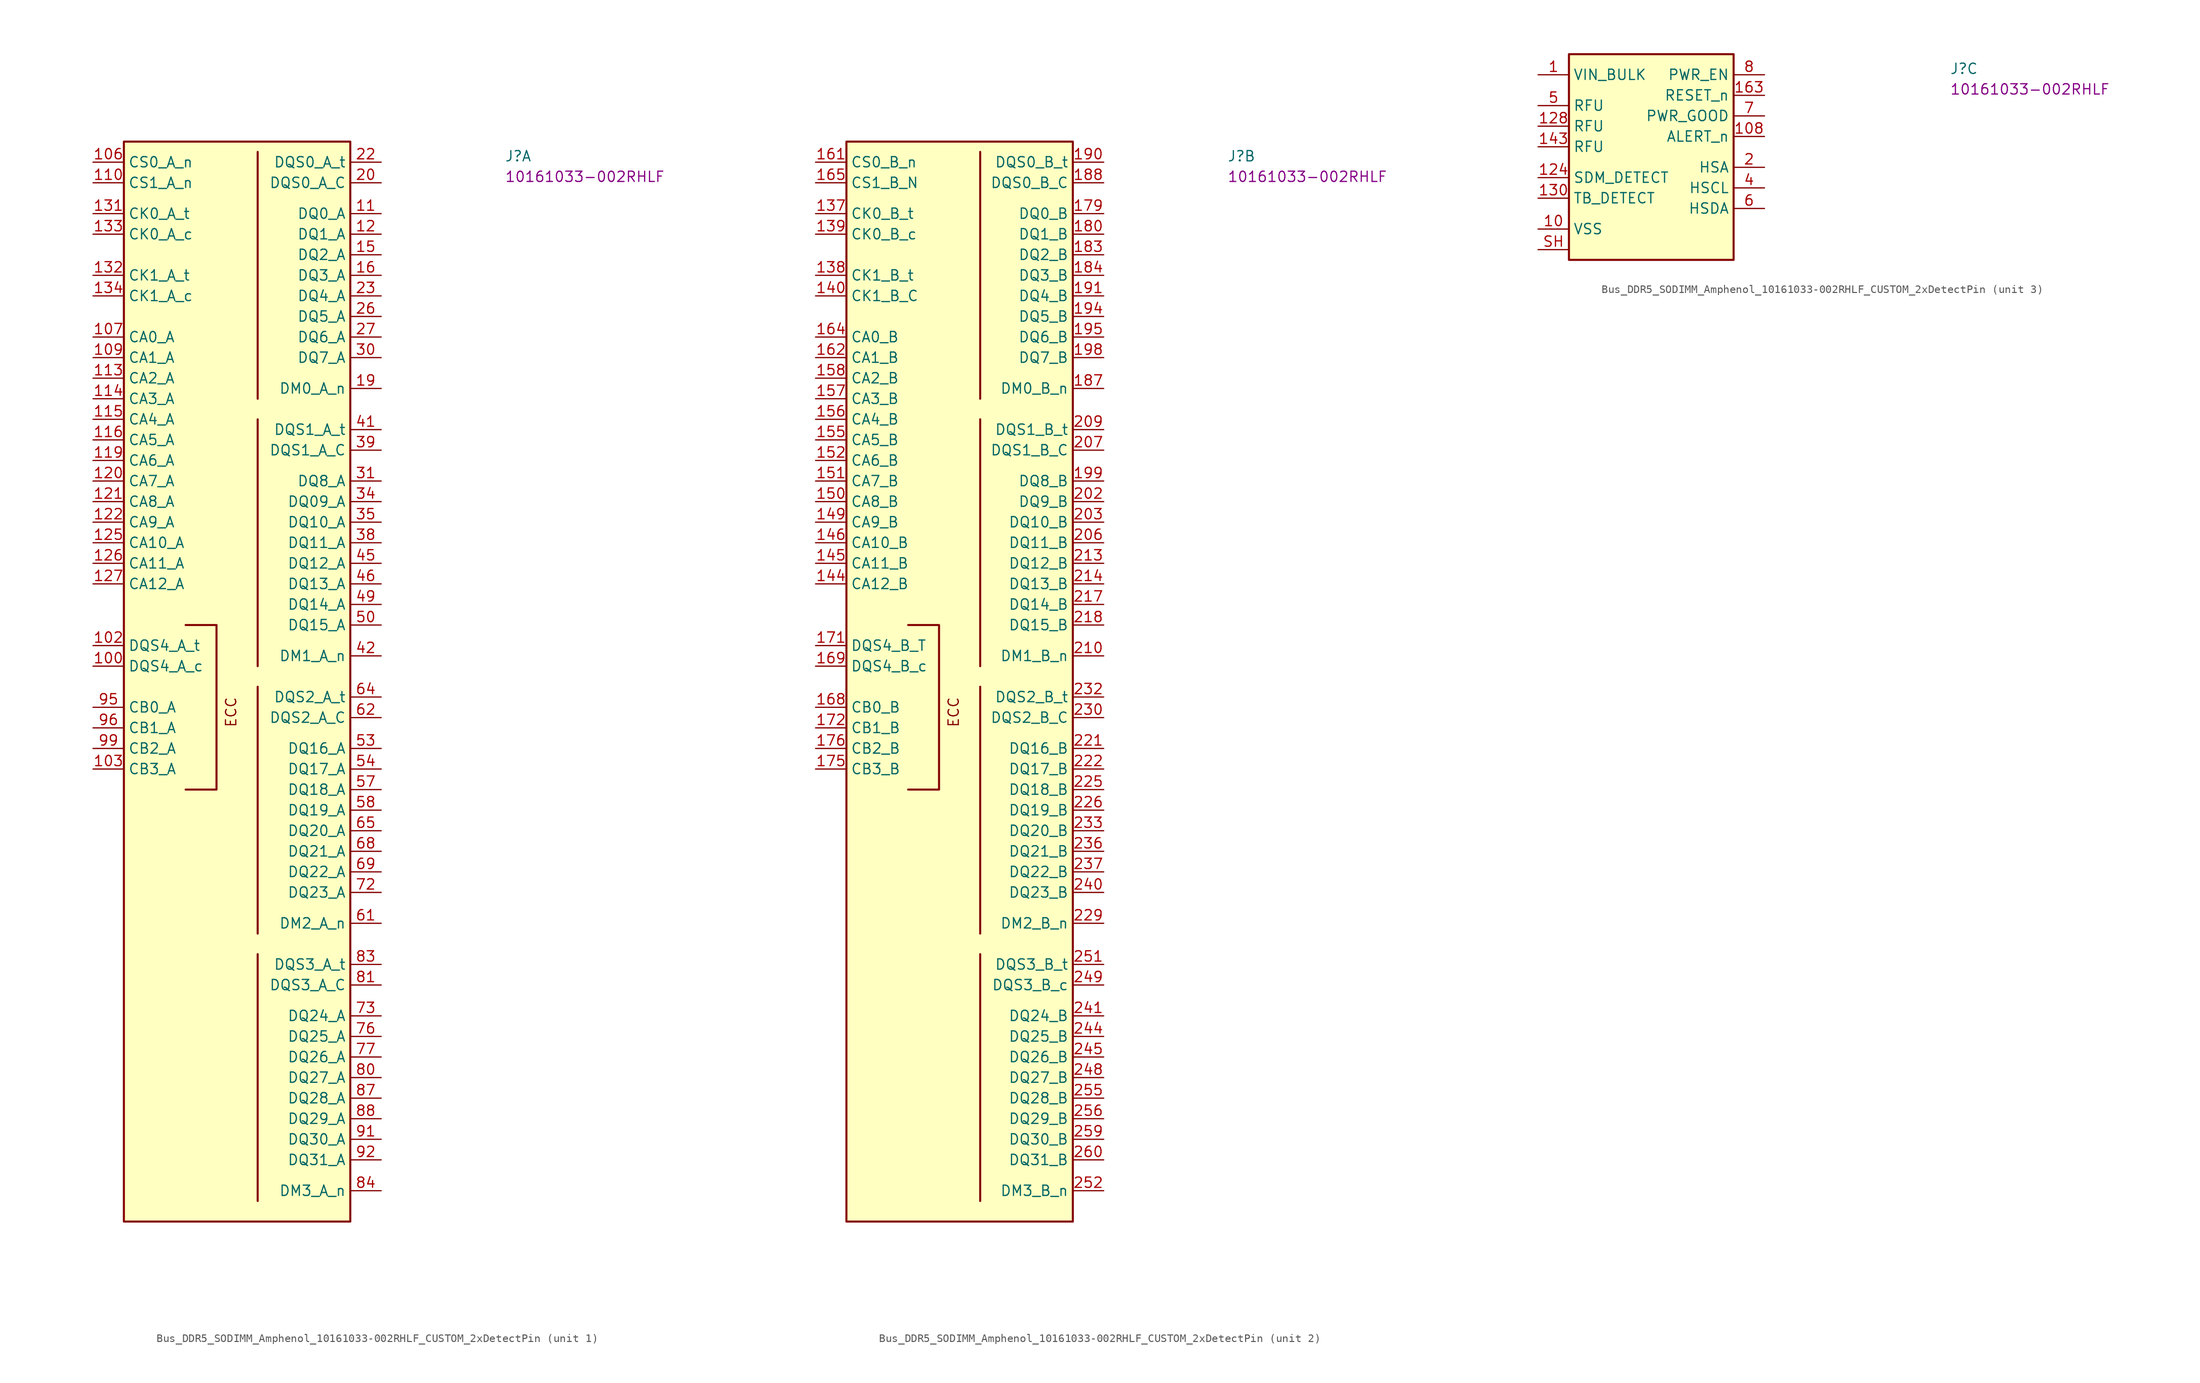
<source format=kicad_sym>
(kicad_symbol_lib
  (version 20220914)
  (generator kicad_symbol_editor)
  (symbol "Bus_DDR5_SODIMM_Amphenol_10161033-002RHLF_CUSTOM_2xDetectPin"
    (property "Reference" "J"
      (at 50.8 0 0)
      (effects (font (size 1.27 1.27) (thickness 0.15)) (justify left bottom)))
    (property "MPN" "10161033-002RHLF"
      (at 50.8 -2.54 0)
      (effects (font (size 1.27 1.27) (thickness 0.15)) (justify left bottom)))
    (property "ki_locked" ""
      (at 0 0 0)
      (effects (font (size 1.27 1.27))))
    (symbol "Bus_DDR5_SODIMM_Amphenol_10161033-002RHLF_CUSTOM_2xDetectPin_1_1"
      (polyline (pts (xy 20.32 -97.79) (xy 20.32 -128.27)) (stroke (width 0.254) (type default)) (fill (type background)))
      (polyline (pts (xy 20.32 -64.77) (xy 20.32 -95.25)) (stroke (width 0.254) (type default)) (fill (type background)))
      (polyline (pts (xy 20.32 -31.75) (xy 20.32 -62.23)) (stroke (width 0.254) (type default)) (fill (type background)))
      (polyline (pts (xy 20.32 1.27) (xy 20.32 -29.21)) (stroke (width 0.254) (type default)) (fill (type background)))
      (polyline (pts (xy 11.43 -57.15) (xy 15.24 -57.15) (xy 15.24 -77.47) (xy 11.43 -77.47)) (stroke (width 0.254) (type default)) (fill (type background)))
      (rectangle (start 3.81 2.54) (end 31.75 -130.81) (stroke (width 0.254) (type default)) (fill (type background)))
      (text "ECC" (at 17.78 -69.85 900) (effects (font (size 1.27 1.27) (thickness 0.15)) (justify left bottom)))
      (pin passive line (at 0 -62.23 0) (length 3.81) (name "DQS4_A_c" (effects (font (size 1.27 1.27)))) (number "100" (effects (font (size 1.27 1.27)))))
      (pin passive line (at 0 -59.69 0) (length 3.81) (name "DQS4_A_t" (effects (font (size 1.27 1.27)))) (number "102" (effects (font (size 1.27 1.27)))))
      (pin passive line (at 0 -74.93 0) (length 3.81) (name "CB3_A" (effects (font (size 1.27 1.27)))) (number "103" (effects (font (size 1.27 1.27)))))
      (pin passive line (at 0 0 0) (length 3.81) (name "CS0_A_n" (effects (font (size 1.27 1.27)))) (number "106" (effects (font (size 1.27 1.27)))))
      (pin passive line (at 0 -21.59 0) (length 3.81) (name "CA0_A" (effects (font (size 1.27 1.27)))) (number "107" (effects (font (size 1.27 1.27)))))
      (pin passive line (at 0 -24.13 0) (length 3.81) (name "CA1_A" (effects (font (size 1.27 1.27)))) (number "109" (effects (font (size 1.27 1.27)))))
      (pin passive line (at 35.56 -6.35 180) (length 3.81) (name "DQ0_A" (effects (font (size 1.27 1.27)))) (number "11" (effects (font (size 1.27 1.27)))))
      (pin passive line (at 0 -2.54 0) (length 3.81) (name "CS1_A_n" (effects (font (size 1.27 1.27)))) (number "110" (effects (font (size 1.27 1.27)))))
      (pin passive line (at 0 -26.67 0) (length 3.81) (name "CA2_A" (effects (font (size 1.27 1.27)))) (number "113" (effects (font (size 1.27 1.27)))))
      (pin passive line (at 0 -29.21 0) (length 3.81) (name "CA3_A" (effects (font (size 1.27 1.27)))) (number "114" (effects (font (size 1.27 1.27)))))
      (pin passive line (at 0 -31.75 0) (length 3.81) (name "CA4_A" (effects (font (size 1.27 1.27)))) (number "115" (effects (font (size 1.27 1.27)))))
      (pin passive line (at 0 -34.29 0) (length 3.81) (name "CA5_A" (effects (font (size 1.27 1.27)))) (number "116" (effects (font (size 1.27 1.27)))))
      (pin passive line (at 0 -36.83 0) (length 3.81) (name "CA6_A" (effects (font (size 1.27 1.27)))) (number "119" (effects (font (size 1.27 1.27)))))
      (pin passive line (at 35.56 -8.89 180) (length 3.81) (name "DQ1_A" (effects (font (size 1.27 1.27)))) (number "12" (effects (font (size 1.27 1.27)))))
      (pin passive line (at 0 -39.37 0) (length 3.81) (name "CA7_A" (effects (font (size 1.27 1.27)))) (number "120" (effects (font (size 1.27 1.27)))))
      (pin passive line (at 0 -41.91 0) (length 3.81) (name "CA8_A" (effects (font (size 1.27 1.27)))) (number "121" (effects (font (size 1.27 1.27)))))
      (pin passive line (at 0 -44.45 0) (length 3.81) (name "CA9_A" (effects (font (size 1.27 1.27)))) (number "122" (effects (font (size 1.27 1.27)))))
      (pin passive line (at 0 -46.99 0) (length 3.81) (name "CA10_A" (effects (font (size 1.27 1.27)))) (number "125" (effects (font (size 1.27 1.27)))))
      (pin passive line (at 0 -49.53 0) (length 3.81) (name "CA11_A" (effects (font (size 1.27 1.27)))) (number "126" (effects (font (size 1.27 1.27)))))
      (pin passive line (at 0 -52.07 0) (length 3.81) (name "CA12_A" (effects (font (size 1.27 1.27)))) (number "127" (effects (font (size 1.27 1.27)))))
      (pin passive line (at 0 -6.35 0) (length 3.81) (name "CK0_A_t" (effects (font (size 1.27 1.27)))) (number "131" (effects (font (size 1.27 1.27)))))
      (pin passive line (at 0 -13.97 0) (length 3.81) (name "CK1_A_t" (effects (font (size 1.27 1.27)))) (number "132" (effects (font (size 1.27 1.27)))))
      (pin passive line (at 0 -8.89 0) (length 3.81) (name "CK0_A_c" (effects (font (size 1.27 1.27)))) (number "133" (effects (font (size 1.27 1.27)))))
      (pin passive line (at 0 -16.51 0) (length 3.81) (name "CK1_A_c" (effects (font (size 1.27 1.27)))) (number "134" (effects (font (size 1.27 1.27)))))
      (pin passive line (at 35.56 -11.43 180) (length 3.81) (name "DQ2_A" (effects (font (size 1.27 1.27)))) (number "15" (effects (font (size 1.27 1.27)))))
      (pin passive line (at 35.56 -13.97 180) (length 3.81) (name "DQ3_A" (effects (font (size 1.27 1.27)))) (number "16" (effects (font (size 1.27 1.27)))))
      (pin passive line (at 35.56 -27.94 180) (length 3.81) (name "DM0_A_n" (effects (font (size 1.27 1.27)))) (number "19" (effects (font (size 1.27 1.27)))))
      (pin passive line (at 35.56 -2.54 180) (length 3.81) (name "DQS0_A_C" (effects (font (size 1.27 1.27)))) (number "20" (effects (font (size 1.27 1.27)))))
      (pin passive line (at 35.56 0 180) (length 3.81) (name "DQS0_A_t" (effects (font (size 1.27 1.27)))) (number "22" (effects (font (size 1.27 1.27)))))
      (pin passive line (at 35.56 -16.51 180) (length 3.81) (name "DQ4_A" (effects (font (size 1.27 1.27)))) (number "23" (effects (font (size 1.27 1.27)))))
      (pin passive line (at 35.56 -19.05 180) (length 3.81) (name "DQ5_A" (effects (font (size 1.27 1.27)))) (number "26" (effects (font (size 1.27 1.27)))))
      (pin passive line (at 35.56 -21.59 180) (length 3.81) (name "DQ6_A" (effects (font (size 1.27 1.27)))) (number "27" (effects (font (size 1.27 1.27)))))
      (pin passive line (at 35.56 -24.13 180) (length 3.81) (name "DQ7_A" (effects (font (size 1.27 1.27)))) (number "30" (effects (font (size 1.27 1.27)))))
      (pin passive line (at 35.56 -39.37 180) (length 3.81) (name "DQ8_A" (effects (font (size 1.27 1.27)))) (number "31" (effects (font (size 1.27 1.27)))))
      (pin passive line (at 35.56 -41.91 180) (length 3.81) (name "DQ09_A" (effects (font (size 1.27 1.27)))) (number "34" (effects (font (size 1.27 1.27)))))
      (pin passive line (at 35.56 -44.45 180) (length 3.81) (name "DQ10_A" (effects (font (size 1.27 1.27)))) (number "35" (effects (font (size 1.27 1.27)))))
      (pin passive line (at 35.56 -46.99 180) (length 3.81) (name "DQ11_A" (effects (font (size 1.27 1.27)))) (number "38" (effects (font (size 1.27 1.27)))))
      (pin passive line (at 35.56 -35.56 180) (length 3.81) (name "DQS1_A_C" (effects (font (size 1.27 1.27)))) (number "39" (effects (font (size 1.27 1.27)))))
      (pin passive line (at 35.56 -33.02 180) (length 3.81) (name "DQS1_A_t" (effects (font (size 1.27 1.27)))) (number "41" (effects (font (size 1.27 1.27)))))
      (pin passive line (at 35.56 -60.96 180) (length 3.81) (name "DM1_A_n" (effects (font (size 1.27 1.27)))) (number "42" (effects (font (size 1.27 1.27)))))
      (pin passive line (at 35.56 -49.53 180) (length 3.81) (name "DQ12_A" (effects (font (size 1.27 1.27)))) (number "45" (effects (font (size 1.27 1.27)))))
      (pin passive line (at 35.56 -52.07 180) (length 3.81) (name "DQ13_A" (effects (font (size 1.27 1.27)))) (number "46" (effects (font (size 1.27 1.27)))))
      (pin passive line (at 35.56 -54.61 180) (length 3.81) (name "DQ14_A" (effects (font (size 1.27 1.27)))) (number "49" (effects (font (size 1.27 1.27)))))
      (pin passive line (at 35.56 -57.15 180) (length 3.81) (name "DQ15_A" (effects (font (size 1.27 1.27)))) (number "50" (effects (font (size 1.27 1.27)))))
      (pin passive line (at 35.56 -72.39 180) (length 3.81) (name "DQ16_A" (effects (font (size 1.27 1.27)))) (number "53" (effects (font (size 1.27 1.27)))))
      (pin passive line (at 35.56 -74.93 180) (length 3.81) (name "DQ17_A" (effects (font (size 1.27 1.27)))) (number "54" (effects (font (size 1.27 1.27)))))
      (pin passive line (at 35.56 -77.47 180) (length 3.81) (name "DQ18_A" (effects (font (size 1.27 1.27)))) (number "57" (effects (font (size 1.27 1.27)))))
      (pin passive line (at 35.56 -80.01 180) (length 3.81) (name "DQ19_A" (effects (font (size 1.27 1.27)))) (number "58" (effects (font (size 1.27 1.27)))))
      (pin passive line (at 35.56 -93.98 180) (length 3.81) (name "DM2_A_n" (effects (font (size 1.27 1.27)))) (number "61" (effects (font (size 1.27 1.27)))))
      (pin passive line (at 35.56 -68.58 180) (length 3.81) (name "DQS2_A_C" (effects (font (size 1.27 1.27)))) (number "62" (effects (font (size 1.27 1.27)))))
      (pin passive line (at 35.56 -66.04 180) (length 3.81) (name "DQS2_A_t" (effects (font (size 1.27 1.27)))) (number "64" (effects (font (size 1.27 1.27)))))
      (pin passive line (at 35.56 -82.55 180) (length 3.81) (name "DQ20_A" (effects (font (size 1.27 1.27)))) (number "65" (effects (font (size 1.27 1.27)))))
      (pin passive line (at 35.56 -85.09 180) (length 3.81) (name "DQ21_A" (effects (font (size 1.27 1.27)))) (number "68" (effects (font (size 1.27 1.27)))))
      (pin passive line (at 35.56 -87.63 180) (length 3.81) (name "DQ22_A" (effects (font (size 1.27 1.27)))) (number "69" (effects (font (size 1.27 1.27)))))
      (pin passive line (at 35.56 -90.17 180) (length 3.81) (name "DQ23_A" (effects (font (size 1.27 1.27)))) (number "72" (effects (font (size 1.27 1.27)))))
      (pin passive line (at 35.56 -105.41 180) (length 3.81) (name "DQ24_A" (effects (font (size 1.27 1.27)))) (number "73" (effects (font (size 1.27 1.27)))))
      (pin passive line (at 35.56 -107.95 180) (length 3.81) (name "DQ25_A" (effects (font (size 1.27 1.27)))) (number "76" (effects (font (size 1.27 1.27)))))
      (pin passive line (at 35.56 -110.49 180) (length 3.81) (name "DQ26_A" (effects (font (size 1.27 1.27)))) (number "77" (effects (font (size 1.27 1.27)))))
      (pin passive line (at 35.56 -113.03 180) (length 3.81) (name "DQ27_A" (effects (font (size 1.27 1.27)))) (number "80" (effects (font (size 1.27 1.27)))))
      (pin passive line (at 35.56 -101.6 180) (length 3.81) (name "DQS3_A_C" (effects (font (size 1.27 1.27)))) (number "81" (effects (font (size 1.27 1.27)))))
      (pin passive line (at 35.56 -99.06 180) (length 3.81) (name "DQS3_A_t" (effects (font (size 1.27 1.27)))) (number "83" (effects (font (size 1.27 1.27)))))
      (pin passive line (at 35.56 -127 180) (length 3.81) (name "DM3_A_n" (effects (font (size 1.27 1.27)))) (number "84" (effects (font (size 1.27 1.27)))))
      (pin passive line (at 35.56 -115.57 180) (length 3.81) (name "DQ28_A" (effects (font (size 1.27 1.27)))) (number "87" (effects (font (size 1.27 1.27)))))
      (pin passive line (at 35.56 -118.11 180) (length 3.81) (name "DQ29_A" (effects (font (size 1.27 1.27)))) (number "88" (effects (font (size 1.27 1.27)))))
      (pin passive line (at 35.56 -120.65 180) (length 3.81) (name "DQ30_A" (effects (font (size 1.27 1.27)))) (number "91" (effects (font (size 1.27 1.27)))))
      (pin passive line (at 35.56 -123.19 180) (length 3.81) (name "DQ31_A" (effects (font (size 1.27 1.27)))) (number "92" (effects (font (size 1.27 1.27)))))
      (pin passive line (at 0 -67.31 0) (length 3.81) (name "CB0_A" (effects (font (size 1.27 1.27)))) (number "95" (effects (font (size 1.27 1.27)))))
      (pin passive line (at 0 -69.85 0) (length 3.81) (name "CB1_A" (effects (font (size 1.27 1.27)))) (number "96" (effects (font (size 1.27 1.27)))))
      (pin passive line (at 0 -72.39 0) (length 3.81) (name "CB2_A" (effects (font (size 1.27 1.27)))) (number "99" (effects (font (size 1.27 1.27))))))
    (symbol "Bus_DDR5_SODIMM_Amphenol_10161033-002RHLF_CUSTOM_2xDetectPin_2_1"
      (polyline (pts (xy 20.32 -97.79) (xy 20.32 -128.27)) (stroke (width 0.254) (type default)) (fill (type background)))
      (polyline (pts (xy 20.32 -64.77) (xy 20.32 -95.25)) (stroke (width 0.254) (type default)) (fill (type background)))
      (polyline (pts (xy 20.32 -31.75) (xy 20.32 -62.23)) (stroke (width 0.254) (type default)) (fill (type background)))
      (polyline (pts (xy 20.32 1.27) (xy 20.32 -29.21)) (stroke (width 0.254) (type default)) (fill (type background)))
      (polyline (pts (xy 11.43 -57.15) (xy 15.24 -57.15) (xy 15.24 -77.47) (xy 11.43 -77.47)) (stroke (width 0.254) (type default)) (fill (type background)))
      (rectangle (start 3.81 2.54) (end 31.75 -130.81) (stroke (width 0.254) (type default)) (fill (type background)))
      (text "ECC" (at 17.78 -69.85 900) (effects (font (size 1.27 1.27) (thickness 0.15)) (justify left bottom)))
      (pin passive line (at 0 -6.35 0) (length 3.81) (name "CK0_B_t" (effects (font (size 1.27 1.27)))) (number "137" (effects (font (size 1.27 1.27)))))
      (pin passive line (at 0 -13.97 0) (length 3.81) (name "CK1_B_t" (effects (font (size 1.27 1.27)))) (number "138" (effects (font (size 1.27 1.27)))))
      (pin passive line (at 0 -8.89 0) (length 3.81) (name "CK0_B_c" (effects (font (size 1.27 1.27)))) (number "139" (effects (font (size 1.27 1.27)))))
      (pin passive line (at 0 -16.51 0) (length 3.81) (name "CK1_B_C" (effects (font (size 1.27 1.27)))) (number "140" (effects (font (size 1.27 1.27)))))
      (pin passive line (at 0 -52.07 0) (length 3.81) (name "CA12_B" (effects (font (size 1.27 1.27)))) (number "144" (effects (font (size 1.27 1.27)))))
      (pin passive line (at 0 -49.53 0) (length 3.81) (name "CA11_B" (effects (font (size 1.27 1.27)))) (number "145" (effects (font (size 1.27 1.27)))))
      (pin passive line (at 0 -46.99 0) (length 3.81) (name "CA10_B" (effects (font (size 1.27 1.27)))) (number "146" (effects (font (size 1.27 1.27)))))
      (pin passive line (at 0 -44.45 0) (length 3.81) (name "CA9_B" (effects (font (size 1.27 1.27)))) (number "149" (effects (font (size 1.27 1.27)))))
      (pin passive line (at 0 -41.91 0) (length 3.81) (name "CA8_B" (effects (font (size 1.27 1.27)))) (number "150" (effects (font (size 1.27 1.27)))))
      (pin passive line (at 0 -39.37 0) (length 3.81) (name "CA7_B" (effects (font (size 1.27 1.27)))) (number "151" (effects (font (size 1.27 1.27)))))
      (pin passive line (at 0 -36.83 0) (length 3.81) (name "CA6_B" (effects (font (size 1.27 1.27)))) (number "152" (effects (font (size 1.27 1.27)))))
      (pin passive line (at 0 -34.29 0) (length 3.81) (name "CA5_B" (effects (font (size 1.27 1.27)))) (number "155" (effects (font (size 1.27 1.27)))))
      (pin passive line (at 0 -31.75 0) (length 3.81) (name "CA4_B" (effects (font (size 1.27 1.27)))) (number "156" (effects (font (size 1.27 1.27)))))
      (pin passive line (at 0 -29.21 0) (length 3.81) (name "CA3_B" (effects (font (size 1.27 1.27)))) (number "157" (effects (font (size 1.27 1.27)))))
      (pin passive line (at 0 -26.67 0) (length 3.81) (name "CA2_B" (effects (font (size 1.27 1.27)))) (number "158" (effects (font (size 1.27 1.27)))))
      (pin passive line (at 0 0 0) (length 3.81) (name "CS0_B_n" (effects (font (size 1.27 1.27)))) (number "161" (effects (font (size 1.27 1.27)))))
      (pin passive line (at 0 -24.13 0) (length 3.81) (name "CA1_B" (effects (font (size 1.27 1.27)))) (number "162" (effects (font (size 1.27 1.27)))))
      (pin passive line (at 0 -21.59 0) (length 3.81) (name "CA0_B" (effects (font (size 1.27 1.27)))) (number "164" (effects (font (size 1.27 1.27)))))
      (pin passive line (at 0 -2.54 0) (length 3.81) (name "CS1_B_N" (effects (font (size 1.27 1.27)))) (number "165" (effects (font (size 1.27 1.27)))))
      (pin passive line (at 0 -67.31 0) (length 3.81) (name "CB0_B" (effects (font (size 1.27 1.27)))) (number "168" (effects (font (size 1.27 1.27)))))
      (pin passive line (at 0 -62.23 0) (length 3.81) (name "DQS4_B_c" (effects (font (size 1.27 1.27)))) (number "169" (effects (font (size 1.27 1.27)))))
      (pin passive line (at 0 -59.69 0) (length 3.81) (name "DQS4_B_T" (effects (font (size 1.27 1.27)))) (number "171" (effects (font (size 1.27 1.27)))))
      (pin passive line (at 0 -69.85 0) (length 3.81) (name "CB1_B" (effects (font (size 1.27 1.27)))) (number "172" (effects (font (size 1.27 1.27)))))
      (pin passive line (at 0 -74.93 0) (length 3.81) (name "CB3_B" (effects (font (size 1.27 1.27)))) (number "175" (effects (font (size 1.27 1.27)))))
      (pin passive line (at 0 -72.39 0) (length 3.81) (name "CB2_B" (effects (font (size 1.27 1.27)))) (number "176" (effects (font (size 1.27 1.27)))))
      (pin passive line (at 35.56 -6.35 180) (length 3.81) (name "DQ0_B" (effects (font (size 1.27 1.27)))) (number "179" (effects (font (size 1.27 1.27)))))
      (pin passive line (at 35.56 -8.89 180) (length 3.81) (name "DQ1_B" (effects (font (size 1.27 1.27)))) (number "180" (effects (font (size 1.27 1.27)))))
      (pin passive line (at 35.56 -11.43 180) (length 3.81) (name "DQ2_B" (effects (font (size 1.27 1.27)))) (number "183" (effects (font (size 1.27 1.27)))))
      (pin passive line (at 35.56 -13.97 180) (length 3.81) (name "DQ3_B" (effects (font (size 1.27 1.27)))) (number "184" (effects (font (size 1.27 1.27)))))
      (pin passive line (at 35.56 -27.94 180) (length 3.81) (name "DM0_B_n" (effects (font (size 1.27 1.27)))) (number "187" (effects (font (size 1.27 1.27)))))
      (pin passive line (at 35.56 -2.54 180) (length 3.81) (name "DQS0_B_C" (effects (font (size 1.27 1.27)))) (number "188" (effects (font (size 1.27 1.27)))))
      (pin passive line (at 35.56 0 180) (length 3.81) (name "DQS0_B_t" (effects (font (size 1.27 1.27)))) (number "190" (effects (font (size 1.27 1.27)))))
      (pin passive line (at 35.56 -16.51 180) (length 3.81) (name "DQ4_B" (effects (font (size 1.27 1.27)))) (number "191" (effects (font (size 1.27 1.27)))))
      (pin passive line (at 35.56 -19.05 180) (length 3.81) (name "DQ5_B" (effects (font (size 1.27 1.27)))) (number "194" (effects (font (size 1.27 1.27)))))
      (pin passive line (at 35.56 -21.59 180) (length 3.81) (name "DQ6_B" (effects (font (size 1.27 1.27)))) (number "195" (effects (font (size 1.27 1.27)))))
      (pin passive line (at 35.56 -24.13 180) (length 3.81) (name "DQ7_B" (effects (font (size 1.27 1.27)))) (number "198" (effects (font (size 1.27 1.27)))))
      (pin passive line (at 35.56 -39.37 180) (length 3.81) (name "DQ8_B" (effects (font (size 1.27 1.27)))) (number "199" (effects (font (size 1.27 1.27)))))
      (pin passive line (at 35.56 -41.91 180) (length 3.81) (name "DQ9_B" (effects (font (size 1.27 1.27)))) (number "202" (effects (font (size 1.27 1.27)))))
      (pin passive line (at 35.56 -44.45 180) (length 3.81) (name "DQ10_B" (effects (font (size 1.27 1.27)))) (number "203" (effects (font (size 1.27 1.27)))))
      (pin passive line (at 35.56 -46.99 180) (length 3.81) (name "DQ11_B" (effects (font (size 1.27 1.27)))) (number "206" (effects (font (size 1.27 1.27)))))
      (pin passive line (at 35.56 -35.56 180) (length 3.81) (name "DQS1_B_C" (effects (font (size 1.27 1.27)))) (number "207" (effects (font (size 1.27 1.27)))))
      (pin passive line (at 35.56 -33.02 180) (length 3.81) (name "DQS1_B_t" (effects (font (size 1.27 1.27)))) (number "209" (effects (font (size 1.27 1.27)))))
      (pin passive line (at 35.56 -60.96 180) (length 3.81) (name "DM1_B_n" (effects (font (size 1.27 1.27)))) (number "210" (effects (font (size 1.27 1.27)))))
      (pin passive line (at 35.56 -49.53 180) (length 3.81) (name "DQ12_B" (effects (font (size 1.27 1.27)))) (number "213" (effects (font (size 1.27 1.27)))))
      (pin passive line (at 35.56 -52.07 180) (length 3.81) (name "DQ13_B" (effects (font (size 1.27 1.27)))) (number "214" (effects (font (size 1.27 1.27)))))
      (pin passive line (at 35.56 -54.61 180) (length 3.81) (name "DQ14_B" (effects (font (size 1.27 1.27)))) (number "217" (effects (font (size 1.27 1.27)))))
      (pin passive line (at 35.56 -57.15 180) (length 3.81) (name "DQ15_B" (effects (font (size 1.27 1.27)))) (number "218" (effects (font (size 1.27 1.27)))))
      (pin passive line (at 35.56 -72.39 180) (length 3.81) (name "DQ16_B" (effects (font (size 1.27 1.27)))) (number "221" (effects (font (size 1.27 1.27)))))
      (pin passive line (at 35.56 -74.93 180) (length 3.81) (name "DQ17_B" (effects (font (size 1.27 1.27)))) (number "222" (effects (font (size 1.27 1.27)))))
      (pin passive line (at 35.56 -77.47 180) (length 3.81) (name "DQ18_B" (effects (font (size 1.27 1.27)))) (number "225" (effects (font (size 1.27 1.27)))))
      (pin passive line (at 35.56 -80.01 180) (length 3.81) (name "DQ19_B" (effects (font (size 1.27 1.27)))) (number "226" (effects (font (size 1.27 1.27)))))
      (pin passive line (at 35.56 -93.98 180) (length 3.81) (name "DM2_B_n" (effects (font (size 1.27 1.27)))) (number "229" (effects (font (size 1.27 1.27)))))
      (pin passive line (at 35.56 -68.58 180) (length 3.81) (name "DQS2_B_C" (effects (font (size 1.27 1.27)))) (number "230" (effects (font (size 1.27 1.27)))))
      (pin passive line (at 35.56 -66.04 180) (length 3.81) (name "DQS2_B_t" (effects (font (size 1.27 1.27)))) (number "232" (effects (font (size 1.27 1.27)))))
      (pin passive line (at 35.56 -82.55 180) (length 3.81) (name "DQ20_B" (effects (font (size 1.27 1.27)))) (number "233" (effects (font (size 1.27 1.27)))))
      (pin passive line (at 35.56 -85.09 180) (length 3.81) (name "DQ21_B" (effects (font (size 1.27 1.27)))) (number "236" (effects (font (size 1.27 1.27)))))
      (pin passive line (at 35.56 -87.63 180) (length 3.81) (name "DQ22_B" (effects (font (size 1.27 1.27)))) (number "237" (effects (font (size 1.27 1.27)))))
      (pin passive line (at 35.56 -90.17 180) (length 3.81) (name "DQ23_B" (effects (font (size 1.27 1.27)))) (number "240" (effects (font (size 1.27 1.27)))))
      (pin passive line (at 35.56 -105.41 180) (length 3.81) (name "DQ24_B" (effects (font (size 1.27 1.27)))) (number "241" (effects (font (size 1.27 1.27)))))
      (pin passive line (at 35.56 -107.95 180) (length 3.81) (name "DQ25_B" (effects (font (size 1.27 1.27)))) (number "244" (effects (font (size 1.27 1.27)))))
      (pin passive line (at 35.56 -110.49 180) (length 3.81) (name "DQ26_B" (effects (font (size 1.27 1.27)))) (number "245" (effects (font (size 1.27 1.27)))))
      (pin passive line (at 35.56 -113.03 180) (length 3.81) (name "DQ27_B" (effects (font (size 1.27 1.27)))) (number "248" (effects (font (size 1.27 1.27)))))
      (pin passive line (at 35.56 -101.6 180) (length 3.81) (name "DQS3_B_c" (effects (font (size 1.27 1.27)))) (number "249" (effects (font (size 1.27 1.27)))))
      (pin passive line (at 35.56 -99.06 180) (length 3.81) (name "DQS3_B_t" (effects (font (size 1.27 1.27)))) (number "251" (effects (font (size 1.27 1.27)))))
      (pin passive line (at 35.56 -127 180) (length 3.81) (name "DM3_B_n" (effects (font (size 1.27 1.27)))) (number "252" (effects (font (size 1.27 1.27)))))
      (pin passive line (at 35.56 -115.57 180) (length 3.81) (name "DQ28_B" (effects (font (size 1.27 1.27)))) (number "255" (effects (font (size 1.27 1.27)))))
      (pin passive line (at 35.56 -118.11 180) (length 3.81) (name "DQ29_B" (effects (font (size 1.27 1.27)))) (number "256" (effects (font (size 1.27 1.27)))))
      (pin passive line (at 35.56 -120.65 180) (length 3.81) (name "DQ30_B" (effects (font (size 1.27 1.27)))) (number "259" (effects (font (size 1.27 1.27)))))
      (pin passive line (at 35.56 -123.19 180) (length 3.81) (name "DQ31_B" (effects (font (size 1.27 1.27)))) (number "260" (effects (font (size 1.27 1.27))))))
    (symbol "Bus_DDR5_SODIMM_Amphenol_10161033-002RHLF_CUSTOM_2xDetectPin_3_1"
      (rectangle (start 3.81 2.54) (end 24.13 -22.86) (stroke (width 0.254) (type default)) (fill (type background)))
      (pin passive line (at 0 0 0) (length 3.81) (name "VIN_BULK" (effects (font (size 1.27 1.27)))) (number "1" (effects (font (size 1.27 1.27)))))
      (pin passive line (at 0 -19.05 0) (length 3.81) (name "VSS" (effects (font (size 1.27 1.27)))) (number "10" (effects (font (size 1.27 1.27)))))
      (pin passive line (at 0 -19.05 0) (length 3.81) hide (name "VSS" (effects (font (size 1.27 1.27)))) (number "101" (effects (font (size 1.27 1.27)))))
      (pin passive line (at 0 -19.05 0) (length 3.81) hide (name "VSS" (effects (font (size 1.27 1.27)))) (number "104" (effects (font (size 1.27 1.27)))))
      (pin passive line (at 0 -19.05 0) (length 3.81) hide (name "VSS" (effects (font (size 1.27 1.27)))) (number "105" (effects (font (size 1.27 1.27)))))
      (pin passive line (at 27.94 -7.62 180) (length 3.81) (name "ALERT_n" (effects (font (size 1.27 1.27)))) (number "108" (effects (font (size 1.27 1.27)))))
      (pin passive line (at 0 -19.05 0) (length 3.81) hide (name "VSS" (effects (font (size 1.27 1.27)))) (number "111" (effects (font (size 1.27 1.27)))))
      (pin passive line (at 0 -19.05 0) (length 3.81) hide (name "VSS" (effects (font (size 1.27 1.27)))) (number "112" (effects (font (size 1.27 1.27)))))
      (pin passive line (at 0 -19.05 0) (length 3.81) hide (name "VSS" (effects (font (size 1.27 1.27)))) (number "117" (effects (font (size 1.27 1.27)))))
      (pin passive line (at 0 -19.05 0) (length 3.81) hide (name "VSS" (effects (font (size 1.27 1.27)))) (number "118" (effects (font (size 1.27 1.27)))))
      (pin passive line (at 0 -19.05 0) (length 3.81) hide (name "VSS" (effects (font (size 1.27 1.27)))) (number "123" (effects (font (size 1.27 1.27)))))
      (pin passive line (at 0 -12.7 0) (length 3.81) (name "SDM_DETECT" (effects (font (size 1.27 1.27)))) (number "124" (effects (font (size 1.27 1.27)))))
      (pin passive line (at 0 -6.35 0) (length 3.81) (name "RFU" (effects (font (size 1.27 1.27)))) (number "128" (effects (font (size 1.27 1.27)))))
      (pin passive line (at 0 -19.05 0) (length 3.81) hide (name "VSS" (effects (font (size 1.27 1.27)))) (number "129" (effects (font (size 1.27 1.27)))))
      (pin passive line (at 0 -19.05 0) (length 3.81) hide (name "VSS" (effects (font (size 1.27 1.27)))) (number "13" (effects (font (size 1.27 1.27)))))
      (pin passive line (at 0 -15.24 0) (length 3.81) (name "TB_DETECT" (effects (font (size 1.27 1.27)))) (number "130" (effects (font (size 1.27 1.27)))))
      (pin passive line (at 0 -19.05 0) (length 3.81) hide (name "VSS" (effects (font (size 1.27 1.27)))) (number "135" (effects (font (size 1.27 1.27)))))
      (pin passive line (at 0 -19.05 0) (length 3.81) hide (name "VSS" (effects (font (size 1.27 1.27)))) (number "136" (effects (font (size 1.27 1.27)))))
      (pin passive line (at 0 -19.05 0) (length 3.81) hide (name "VSS" (effects (font (size 1.27 1.27)))) (number "14" (effects (font (size 1.27 1.27)))))
      (pin passive line (at 0 -19.05 0) (length 3.81) hide (name "VSS" (effects (font (size 1.27 1.27)))) (number "141" (effects (font (size 1.27 1.27)))))
      (pin passive line (at 0 -19.05 0) (length 3.81) hide (name "VSS" (effects (font (size 1.27 1.27)))) (number "142" (effects (font (size 1.27 1.27)))))
      (pin passive line (at 0 -8.89 0) (length 3.81) (name "RFU" (effects (font (size 1.27 1.27)))) (number "143" (effects (font (size 1.27 1.27)))))
      (pin passive line (at 0 -19.05 0) (length 3.81) hide (name "VSS" (effects (font (size 1.27 1.27)))) (number "147" (effects (font (size 1.27 1.27)))))
      (pin passive line (at 0 -19.05 0) (length 3.81) hide (name "VSS" (effects (font (size 1.27 1.27)))) (number "148" (effects (font (size 1.27 1.27)))))
      (pin passive line (at 0 -19.05 0) (length 3.81) hide (name "VSS" (effects (font (size 1.27 1.27)))) (number "153" (effects (font (size 1.27 1.27)))))
      (pin passive line (at 0 -19.05 0) (length 3.81) hide (name "VSS" (effects (font (size 1.27 1.27)))) (number "154" (effects (font (size 1.27 1.27)))))
      (pin passive line (at 0 -19.05 0) (length 3.81) hide (name "VSS" (effects (font (size 1.27 1.27)))) (number "159" (effects (font (size 1.27 1.27)))))
      (pin passive line (at 0 -19.05 0) (length 3.81) hide (name "VSS" (effects (font (size 1.27 1.27)))) (number "160" (effects (font (size 1.27 1.27)))))
      (pin passive line (at 27.94 -2.54 180) (length 3.81) (name "RESET_n" (effects (font (size 1.27 1.27)))) (number "163" (effects (font (size 1.27 1.27)))))
      (pin passive line (at 0 -19.05 0) (length 3.81) hide (name "VSS" (effects (font (size 1.27 1.27)))) (number "166" (effects (font (size 1.27 1.27)))))
      (pin passive line (at 0 -19.05 0) (length 3.81) hide (name "VSS" (effects (font (size 1.27 1.27)))) (number "167" (effects (font (size 1.27 1.27)))))
      (pin passive line (at 0 -19.05 0) (length 3.81) hide (name "VSS" (effects (font (size 1.27 1.27)))) (number "17" (effects (font (size 1.27 1.27)))))
      (pin passive line (at 0 -19.05 0) (length 3.81) hide (name "VSS" (effects (font (size 1.27 1.27)))) (number "170" (effects (font (size 1.27 1.27)))))
      (pin passive line (at 0 -19.05 0) (length 3.81) hide (name "VSS" (effects (font (size 1.27 1.27)))) (number "173" (effects (font (size 1.27 1.27)))))
      (pin passive line (at 0 -19.05 0) (length 3.81) hide (name "VSS" (effects (font (size 1.27 1.27)))) (number "174" (effects (font (size 1.27 1.27)))))
      (pin passive line (at 0 -19.05 0) (length 3.81) hide (name "VSS" (effects (font (size 1.27 1.27)))) (number "177" (effects (font (size 1.27 1.27)))))
      (pin passive line (at 0 -19.05 0) (length 3.81) hide (name "VSS" (effects (font (size 1.27 1.27)))) (number "178" (effects (font (size 1.27 1.27)))))
      (pin passive line (at 0 -19.05 0) (length 3.81) hide (name "VSS" (effects (font (size 1.27 1.27)))) (number "18" (effects (font (size 1.27 1.27)))))
      (pin passive line (at 0 -19.05 0) (length 3.81) hide (name "VSS" (effects (font (size 1.27 1.27)))) (number "181" (effects (font (size 1.27 1.27)))))
      (pin passive line (at 0 -19.05 0) (length 3.81) hide (name "VSS" (effects (font (size 1.27 1.27)))) (number "182" (effects (font (size 1.27 1.27)))))
      (pin passive line (at 0 -19.05 0) (length 3.81) hide (name "VSS" (effects (font (size 1.27 1.27)))) (number "185" (effects (font (size 1.27 1.27)))))
      (pin passive line (at 0 -19.05 0) (length 3.81) hide (name "VSS" (effects (font (size 1.27 1.27)))) (number "186" (effects (font (size 1.27 1.27)))))
      (pin passive line (at 0 -19.05 0) (length 3.81) hide (name "VSS" (effects (font (size 1.27 1.27)))) (number "189" (effects (font (size 1.27 1.27)))))
      (pin passive line (at 0 -19.05 0) (length 3.81) hide (name "VSS" (effects (font (size 1.27 1.27)))) (number "192" (effects (font (size 1.27 1.27)))))
      (pin passive line (at 0 -19.05 0) (length 3.81) hide (name "VSS" (effects (font (size 1.27 1.27)))) (number "193" (effects (font (size 1.27 1.27)))))
      (pin passive line (at 0 -19.05 0) (length 3.81) hide (name "VSS" (effects (font (size 1.27 1.27)))) (number "196" (effects (font (size 1.27 1.27)))))
      (pin passive line (at 0 -19.05 0) (length 3.81) hide (name "VSS" (effects (font (size 1.27 1.27)))) (number "197" (effects (font (size 1.27 1.27)))))
      (pin passive line (at 27.94 -11.43 180) (length 3.81) (name "HSA" (effects (font (size 1.27 1.27)))) (number "2" (effects (font (size 1.27 1.27)))))
      (pin passive line (at 0 -19.05 0) (length 3.81) hide (name "VSS" (effects (font (size 1.27 1.27)))) (number "200" (effects (font (size 1.27 1.27)))))
      (pin passive line (at 0 -19.05 0) (length 3.81) hide (name "VSS" (effects (font (size 1.27 1.27)))) (number "201" (effects (font (size 1.27 1.27)))))
      (pin passive line (at 0 -19.05 0) (length 3.81) hide (name "VSS" (effects (font (size 1.27 1.27)))) (number "204" (effects (font (size 1.27 1.27)))))
      (pin passive line (at 0 -19.05 0) (length 3.81) hide (name "VSS" (effects (font (size 1.27 1.27)))) (number "205" (effects (font (size 1.27 1.27)))))
      (pin passive line (at 0 -19.05 0) (length 3.81) hide (name "VSS" (effects (font (size 1.27 1.27)))) (number "208" (effects (font (size 1.27 1.27)))))
      (pin passive line (at 0 -19.05 0) (length 3.81) hide (name "VSS" (effects (font (size 1.27 1.27)))) (number "21" (effects (font (size 1.27 1.27)))))
      (pin passive line (at 0 -19.05 0) (length 3.81) hide (name "VSS" (effects (font (size 1.27 1.27)))) (number "211" (effects (font (size 1.27 1.27)))))
      (pin passive line (at 0 -19.05 0) (length 3.81) hide (name "VSS" (effects (font (size 1.27 1.27)))) (number "212" (effects (font (size 1.27 1.27)))))
      (pin passive line (at 0 -19.05 0) (length 3.81) hide (name "VSS" (effects (font (size 1.27 1.27)))) (number "215" (effects (font (size 1.27 1.27)))))
      (pin passive line (at 0 -19.05 0) (length 3.81) hide (name "VSS" (effects (font (size 1.27 1.27)))) (number "216" (effects (font (size 1.27 1.27)))))
      (pin passive line (at 0 -19.05 0) (length 3.81) hide (name "VSS" (effects (font (size 1.27 1.27)))) (number "219" (effects (font (size 1.27 1.27)))))
      (pin passive line (at 0 -19.05 0) (length 3.81) hide (name "VSS" (effects (font (size 1.27 1.27)))) (number "220" (effects (font (size 1.27 1.27)))))
      (pin passive line (at 0 -19.05 0) (length 3.81) hide (name "VSS" (effects (font (size 1.27 1.27)))) (number "223" (effects (font (size 1.27 1.27)))))
      (pin passive line (at 0 -19.05 0) (length 3.81) hide (name "VSS" (effects (font (size 1.27 1.27)))) (number "224" (effects (font (size 1.27 1.27)))))
      (pin passive line (at 0 -19.05 0) (length 3.81) hide (name "VSS" (effects (font (size 1.27 1.27)))) (number "227" (effects (font (size 1.27 1.27)))))
      (pin passive line (at 0 -19.05 0) (length 3.81) hide (name "VSS" (effects (font (size 1.27 1.27)))) (number "228" (effects (font (size 1.27 1.27)))))
      (pin passive line (at 0 -19.05 0) (length 3.81) hide (name "VSS" (effects (font (size 1.27 1.27)))) (number "231" (effects (font (size 1.27 1.27)))))
      (pin passive line (at 0 -19.05 0) (length 3.81) hide (name "VSS" (effects (font (size 1.27 1.27)))) (number "234" (effects (font (size 1.27 1.27)))))
      (pin passive line (at 0 -19.05 0) (length 3.81) hide (name "VSS" (effects (font (size 1.27 1.27)))) (number "235" (effects (font (size 1.27 1.27)))))
      (pin passive line (at 0 -19.05 0) (length 3.81) hide (name "VSS" (effects (font (size 1.27 1.27)))) (number "238" (effects (font (size 1.27 1.27)))))
      (pin passive line (at 0 -19.05 0) (length 3.81) hide (name "VSS" (effects (font (size 1.27 1.27)))) (number "239" (effects (font (size 1.27 1.27)))))
      (pin passive line (at 0 -19.05 0) (length 3.81) hide (name "VSS" (effects (font (size 1.27 1.27)))) (number "24" (effects (font (size 1.27 1.27)))))
      (pin passive line (at 0 -19.05 0) (length 3.81) hide (name "VSS" (effects (font (size 1.27 1.27)))) (number "242" (effects (font (size 1.27 1.27)))))
      (pin passive line (at 0 -19.05 0) (length 3.81) hide (name "VSS" (effects (font (size 1.27 1.27)))) (number "243" (effects (font (size 1.27 1.27)))))
      (pin passive line (at 0 -19.05 0) (length 3.81) hide (name "VSS" (effects (font (size 1.27 1.27)))) (number "246" (effects (font (size 1.27 1.27)))))
      (pin passive line (at 0 -19.05 0) (length 3.81) hide (name "VSS" (effects (font (size 1.27 1.27)))) (number "247" (effects (font (size 1.27 1.27)))))
      (pin passive line (at 0 -19.05 0) (length 3.81) hide (name "VSS" (effects (font (size 1.27 1.27)))) (number "25" (effects (font (size 1.27 1.27)))))
      (pin passive line (at 0 -19.05 0) (length 3.81) hide (name "VSS" (effects (font (size 1.27 1.27)))) (number "250" (effects (font (size 1.27 1.27)))))
      (pin passive line (at 0 -19.05 0) (length 3.81) hide (name "VSS" (effects (font (size 1.27 1.27)))) (number "253" (effects (font (size 1.27 1.27)))))
      (pin passive line (at 0 -19.05 0) (length 3.81) hide (name "VSS" (effects (font (size 1.27 1.27)))) (number "254" (effects (font (size 1.27 1.27)))))
      (pin passive line (at 0 -19.05 0) (length 3.81) hide (name "VSS" (effects (font (size 1.27 1.27)))) (number "257" (effects (font (size 1.27 1.27)))))
      (pin passive line (at 0 -19.05 0) (length 3.81) hide (name "VSS" (effects (font (size 1.27 1.27)))) (number "258" (effects (font (size 1.27 1.27)))))
      (pin passive line (at 0 -19.05 0) (length 3.81) hide (name "VSS" (effects (font (size 1.27 1.27)))) (number "261" (effects (font (size 1.27 1.27)))))
      (pin passive line (at 0 -19.05 0) (length 3.81) hide (name "VSS" (effects (font (size 1.27 1.27)))) (number "262" (effects (font (size 1.27 1.27)))))
      (pin passive line (at 0 -19.05 0) (length 3.81) hide (name "VSS" (effects (font (size 1.27 1.27)))) (number "28" (effects (font (size 1.27 1.27)))))
      (pin passive line (at 0 -19.05 0) (length 3.81) hide (name "VSS" (effects (font (size 1.27 1.27)))) (number "29" (effects (font (size 1.27 1.27)))))
      (pin passive line (at 0 0 0) (length 3.81) hide (name "VIN_BULK" (effects (font (size 1.27 1.27)))) (number "3" (effects (font (size 1.27 1.27)))))
      (pin passive line (at 0 -19.05 0) (length 3.81) hide (name "VSS" (effects (font (size 1.27 1.27)))) (number "32" (effects (font (size 1.27 1.27)))))
      (pin passive line (at 0 -19.05 0) (length 3.81) hide (name "VSS" (effects (font (size 1.27 1.27)))) (number "33" (effects (font (size 1.27 1.27)))))
      (pin passive line (at 0 -19.05 0) (length 3.81) hide (name "VSS" (effects (font (size 1.27 1.27)))) (number "36" (effects (font (size 1.27 1.27)))))
      (pin passive line (at 0 -19.05 0) (length 3.81) hide (name "VSS" (effects (font (size 1.27 1.27)))) (number "37" (effects (font (size 1.27 1.27)))))
      (pin passive line (at 27.94 -13.97 180) (length 3.81) (name "HSCL" (effects (font (size 1.27 1.27)))) (number "4" (effects (font (size 1.27 1.27)))))
      (pin passive line (at 0 -19.05 0) (length 3.81) hide (name "VSS" (effects (font (size 1.27 1.27)))) (number "40" (effects (font (size 1.27 1.27)))))
      (pin passive line (at 0 -19.05 0) (length 3.81) hide (name "VSS" (effects (font (size 1.27 1.27)))) (number "43" (effects (font (size 1.27 1.27)))))
      (pin passive line (at 0 -19.05 0) (length 3.81) hide (name "VSS" (effects (font (size 1.27 1.27)))) (number "44" (effects (font (size 1.27 1.27)))))
      (pin passive line (at 0 -19.05 0) (length 3.81) hide (name "VSS" (effects (font (size 1.27 1.27)))) (number "47" (effects (font (size 1.27 1.27)))))
      (pin passive line (at 0 -19.05 0) (length 3.81) hide (name "VSS" (effects (font (size 1.27 1.27)))) (number "48" (effects (font (size 1.27 1.27)))))
      (pin passive line (at 0 -3.81 0) (length 3.81) (name "RFU" (effects (font (size 1.27 1.27)))) (number "5" (effects (font (size 1.27 1.27)))))
      (pin passive line (at 0 -19.05 0) (length 3.81) hide (name "VSS" (effects (font (size 1.27 1.27)))) (number "51" (effects (font (size 1.27 1.27)))))
      (pin passive line (at 0 -19.05 0) (length 3.81) hide (name "VSS" (effects (font (size 1.27 1.27)))) (number "52" (effects (font (size 1.27 1.27)))))
      (pin passive line (at 0 -19.05 0) (length 3.81) hide (name "VSS" (effects (font (size 1.27 1.27)))) (number "55" (effects (font (size 1.27 1.27)))))
      (pin passive line (at 0 -19.05 0) (length 3.81) hide (name "VSS" (effects (font (size 1.27 1.27)))) (number "56" (effects (font (size 1.27 1.27)))))
      (pin passive line (at 0 -19.05 0) (length 3.81) hide (name "VSS" (effects (font (size 1.27 1.27)))) (number "59" (effects (font (size 1.27 1.27)))))
      (pin passive line (at 27.94 -16.51 180) (length 3.81) (name "HSDA" (effects (font (size 1.27 1.27)))) (number "6" (effects (font (size 1.27 1.27)))))
      (pin passive line (at 0 -19.05 0) (length 3.81) hide (name "VSS" (effects (font (size 1.27 1.27)))) (number "60" (effects (font (size 1.27 1.27)))))
      (pin passive line (at 0 -19.05 0) (length 3.81) hide (name "VSS" (effects (font (size 1.27 1.27)))) (number "63" (effects (font (size 1.27 1.27)))))
      (pin passive line (at 0 -19.05 0) (length 3.81) hide (name "VSS" (effects (font (size 1.27 1.27)))) (number "66" (effects (font (size 1.27 1.27)))))
      (pin passive line (at 0 -19.05 0) (length 3.81) hide (name "VSS" (effects (font (size 1.27 1.27)))) (number "67" (effects (font (size 1.27 1.27)))))
      (pin passive line (at 27.94 -5.08 180) (length 3.81) (name "PWR_GOOD" (effects (font (size 1.27 1.27)))) (number "7" (effects (font (size 1.27 1.27)))))
      (pin passive line (at 0 -19.05 0) (length 3.81) hide (name "VSS" (effects (font (size 1.27 1.27)))) (number "70" (effects (font (size 1.27 1.27)))))
      (pin passive line (at 0 -19.05 0) (length 3.81) hide (name "VSS" (effects (font (size 1.27 1.27)))) (number "71" (effects (font (size 1.27 1.27)))))
      (pin passive line (at 0 -19.05 0) (length 3.81) hide (name "VSS" (effects (font (size 1.27 1.27)))) (number "74" (effects (font (size 1.27 1.27)))))
      (pin passive line (at 0 -19.05 0) (length 3.81) hide (name "VSS" (effects (font (size 1.27 1.27)))) (number "75" (effects (font (size 1.27 1.27)))))
      (pin passive line (at 0 -19.05 0) (length 3.81) hide (name "VSS" (effects (font (size 1.27 1.27)))) (number "78" (effects (font (size 1.27 1.27)))))
      (pin passive line (at 0 -19.05 0) (length 3.81) hide (name "VSS" (effects (font (size 1.27 1.27)))) (number "79" (effects (font (size 1.27 1.27)))))
      (pin passive line (at 27.94 0 180) (length 3.81) (name "PWR_EN" (effects (font (size 1.27 1.27)))) (number "8" (effects (font (size 1.27 1.27)))))
      (pin passive line (at 0 -19.05 0) (length 3.81) hide (name "VSS" (effects (font (size 1.27 1.27)))) (number "82" (effects (font (size 1.27 1.27)))))
      (pin passive line (at 0 -19.05 0) (length 3.81) hide (name "VSS" (effects (font (size 1.27 1.27)))) (number "85" (effects (font (size 1.27 1.27)))))
      (pin passive line (at 0 -19.05 0) (length 3.81) hide (name "VSS" (effects (font (size 1.27 1.27)))) (number "86" (effects (font (size 1.27 1.27)))))
      (pin passive line (at 0 -19.05 0) (length 3.81) hide (name "VSS" (effects (font (size 1.27 1.27)))) (number "89" (effects (font (size 1.27 1.27)))))
      (pin passive line (at 0 -19.05 0) (length 3.81) hide (name "VSS" (effects (font (size 1.27 1.27)))) (number "9" (effects (font (size 1.27 1.27)))))
      (pin passive line (at 0 -19.05 0) (length 3.81) hide (name "VSS" (effects (font (size 1.27 1.27)))) (number "90" (effects (font (size 1.27 1.27)))))
      (pin passive line (at 0 -19.05 0) (length 3.81) hide (name "VSS" (effects (font (size 1.27 1.27)))) (number "93" (effects (font (size 1.27 1.27)))))
      (pin passive line (at 0 -19.05 0) (length 3.81) hide (name "VSS" (effects (font (size 1.27 1.27)))) (number "94" (effects (font (size 1.27 1.27)))))
      (pin passive line (at 0 -19.05 0) (length 3.81) hide (name "VSS" (effects (font (size 1.27 1.27)))) (number "97" (effects (font (size 1.27 1.27)))))
      (pin passive line (at 0 -19.05 0) (length 3.81) hide (name "VSS" (effects (font (size 1.27 1.27)))) (number "98" (effects (font (size 1.27 1.27)))))
      (pin passive line (at 0 -21.59 0) (length 3.81) (name "~" (effects (font (size 1.27 1.27)))) (number "SH" (effects (font (size 1.27 1.27))))))))
</source>
